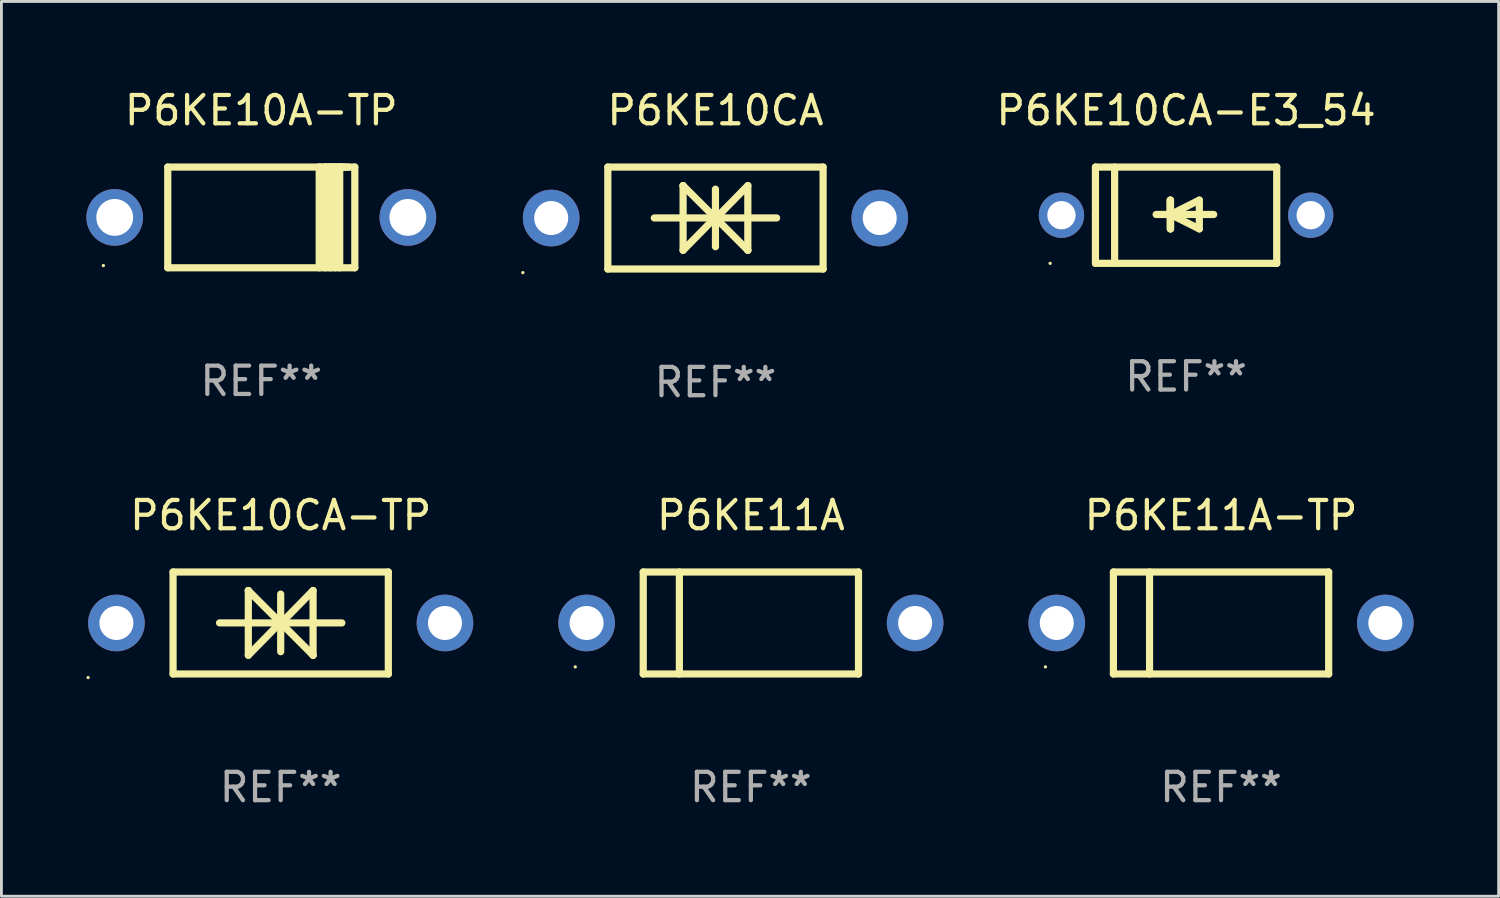
<source format=kicad_pcb>
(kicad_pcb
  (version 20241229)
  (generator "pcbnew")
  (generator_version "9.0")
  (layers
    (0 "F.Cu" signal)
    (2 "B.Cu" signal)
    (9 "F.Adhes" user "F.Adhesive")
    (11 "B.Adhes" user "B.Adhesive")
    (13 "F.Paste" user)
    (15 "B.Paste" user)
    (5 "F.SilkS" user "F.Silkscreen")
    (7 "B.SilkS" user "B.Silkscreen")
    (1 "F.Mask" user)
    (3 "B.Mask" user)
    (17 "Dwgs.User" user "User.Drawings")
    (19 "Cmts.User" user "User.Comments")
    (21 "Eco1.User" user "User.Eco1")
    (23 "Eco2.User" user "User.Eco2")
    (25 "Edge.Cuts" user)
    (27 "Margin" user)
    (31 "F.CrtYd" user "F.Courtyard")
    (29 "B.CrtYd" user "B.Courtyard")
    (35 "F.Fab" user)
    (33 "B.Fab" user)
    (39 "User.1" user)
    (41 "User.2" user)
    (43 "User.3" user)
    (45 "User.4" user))
  (footprint "P6KE10A-TP"
    (layer "F.Cu")
    (at 6.175 4.626)
    (property "Reference" "P6KE10A-TP" (at 0 -3.778 0) (layer "F.SilkS") (effects (font (size 1 1) (thickness 0.15))))
    (attr through_hole)
    (fp_line (start -3.302 -1.778) (end -3.302 1.778) (stroke (width 0.254) (type solid)) (layer "F.SilkS"))
    (fp_line (start -3.302 1.778) (end 3.302 1.778) (stroke (width 0.254) (type solid)) (layer "F.SilkS"))
    (fp_line (start 2.045 -1.778) (end 2.045 1.778) (stroke (width 0.254) (type solid)) (layer "F.SilkS"))
    (fp_line (start 2.261 -1.778) (end 2.261 1.778) (stroke (width 0.254) (type solid)) (layer "F.SilkS"))
    (fp_line (start 2.421 -1.778) (end 2.045 -1.778) (stroke (width 0.254) (type solid)) (layer "F.SilkS"))
    (fp_line (start 2.439 -1.778) (end 2.439 1.778) (stroke (width 0.254) (type solid)) (layer "F.SilkS"))
    (fp_line (start 2.579 -1.778) (end 2.261 -1.778) (stroke (width 0.254) (type solid)) (layer "F.SilkS"))
    (fp_line (start 2.604 -1.778) (end 2.604 1.778) (stroke (width 0.254) (type solid)) (layer "F.SilkS"))
    (fp_line (start 2.757 -1.778) (end 2.439 -1.778) (stroke (width 0.254) (type solid)) (layer "F.SilkS"))
    (fp_line (start 2.769 -1.778) (end 2.769 1.778) (stroke (width 0.254) (type solid)) (layer "F.SilkS"))
    (fp_line (start 2.922 -1.778) (end 2.604 -1.778) (stroke (width 0.254) (type solid)) (layer "F.SilkS"))
    (fp_line (start 3.087 -1.778) (end 2.769 -1.778) (stroke (width 0.254) (type solid)) (layer "F.SilkS"))
    (fp_line (start 3.302 -1.778) (end -3.302 -1.778) (stroke (width 0.254) (type solid)) (layer "F.SilkS"))
    (fp_line (start 3.302 1.778) (end 3.302 -1.778) (stroke (width 0.254) (type solid)) (layer "F.SilkS"))
    (fp_circle (center -5.576 1.7) (end -5.546 1.7) (stroke (width 0.06) (type solid)) (fill no) (layer "F.SilkS"))
    (fp_text user "REF**" (at 0 5.778 0) (layer "F.Fab") (effects (font (size 1 1) (thickness 0.15))))
    (pad "1" thru_hole circle (at -5.175 0) (size 2 2) (drill 1.3) (layers "*.Cu" "*.Mask"))
    (pad "2" thru_hole circle (at 5.175 0) (size 2 2) (drill 1.3) (layers "*.Cu" "*.Mask")))
  (footprint "P6KE10CA-E3_54"
    (layer "F.Cu")
    (at 38.826 4.548)
    (property "Reference" "P6KE10CA-E3_54" (at 0 -3.7 0) (layer "F.SilkS") (effects (font (size 1 1) (thickness 0.15))))
    (attr through_hole)
    (fp_line (start -3.2 -1.7) (end 3.2 -1.7) (stroke (width 0.254) (type solid)) (layer "F.SilkS"))
    (fp_line (start -3.2 0) (end -3.2 -1.7) (stroke (width 0.254) (type solid)) (layer "F.SilkS"))
    (fp_line (start -3.2 1.7) (end -3.2 0) (stroke (width 0.254) (type solid)) (layer "F.SilkS"))
    (fp_line (start -2.523 -1.7) (end -2.523 1.7) (stroke (width 0.254) (type solid)) (layer "F.SilkS"))
    (fp_line (start -0.561 -0.533) (end -0.561 0.483) (stroke (width 0.254) (type solid)) (layer "F.SilkS"))
    (fp_line (start -0.561 -0.025) (end -0.561 -0.533) (stroke (width 0.254) (type solid)) (layer "F.SilkS"))
    (fp_line (start -0.549 -0.025) (end -0.549 0.483) (stroke (width 0.254) (type solid)) (layer "F.SilkS"))
    (fp_line (start -0.549 -0.025) (end 0.467 0.483) (stroke (width 0.254) (type solid)) (layer "F.SilkS"))
    (fp_line (start -0.549 0.483) (end -0.549 -0.533) (stroke (width 0.254) (type solid)) (layer "F.SilkS"))
    (fp_line (start 0.467 -0.533) (end -0.549 -0.025) (stroke (width 0.254) (type solid)) (layer "F.SilkS"))
    (fp_line (start 0.467 0.483) (end 0.467 -0.533) (stroke (width 0.254) (type solid)) (layer "F.SilkS"))
    (fp_line (start 0.975 -0.025) (end -1.057 -0.025) (stroke (width 0.254) (type solid)) (layer "F.SilkS"))
    (fp_line (start 3.2 -1.7) (end 3.2 1.7) (stroke (width 0.254) (type solid)) (layer "F.SilkS"))
    (fp_line (start 3.2 1.7) (end -3.2 1.7) (stroke (width 0.254) (type solid)) (layer "F.SilkS"))
    (fp_circle (center -4.8 1.7) (end -4.77 1.7) (stroke (width 0.06) (type solid)) (fill no) (layer "F.SilkS"))
    (fp_text user "REF**" (at 0 5.7 0) (layer "F.Fab") (effects (font (size 1 1) (thickness 0.15))))
    (pad "1" thru_hole circle (at -4.4 0) (size 1.6 1.6) (drill 1) (layers "*.Cu" "*.Mask"))
    (pad "2" thru_hole circle (at 4.4 0) (size 1.6 1.6) (drill 1) (layers "*.Cu" "*.Mask")))
  (footprint "P6KE10CA-TP"
    (layer "F.Cu")
    (at 6.86 18.945)
    (property "Reference" "P6KE10CA-TP" (at 0 -3.8 0) (layer "F.SilkS") (effects (font (size 1 1) (thickness 0.15))))
    (attr through_hole)
    (fp_line (start -3.8 -1.8) (end -3.8 1.8) (stroke (width 0.254) (type solid)) (layer "F.SilkS"))
    (fp_line (start -3.8 -1.8) (end 3.8 -1.8) (stroke (width 0.254) (type solid)) (layer "F.SilkS"))
    (fp_line (start -3.8 1.8) (end 3.8 1.8) (stroke (width 0.254) (type solid)) (layer "F.SilkS"))
    (fp_line (start -2.159 -0.003) (end 2.159 -0.003) (stroke (width 0.254) (type solid)) (layer "F.SilkS"))
    (fp_line (start -1.143 -1.146) (end -1.143 1.14) (stroke (width 0.254) (type solid)) (layer "F.SilkS"))
    (fp_line (start -1.143 -1.143) (end -1.143 -1.146) (stroke (width 0.254) (type solid)) (layer "F.SilkS"))
    (fp_line (start 0 -1.019) (end 0 1.013) (stroke (width 0.254) (type solid)) (layer "F.SilkS"))
    (fp_line (start 0 -0.026) (end -1.143 1.14) (stroke (width 0.254) (type solid)) (layer "F.SilkS"))
    (fp_line (start 0 -0.006) (end 1.143 1.137) (stroke (width 0.254) (type solid)) (layer "F.SilkS"))
    (fp_line (start 0 0) (end -1.143 -1.143) (stroke (width 0.254) (type solid)) (layer "F.SilkS"))
    (fp_line (start 0 0.02) (end 1.143 -1.146) (stroke (width 0.254) (type solid)) (layer "F.SilkS"))
    (fp_line (start 1.143 1.137) (end 1.143 1.14) (stroke (width 0.254) (type solid)) (layer "F.SilkS"))
    (fp_line (start 1.143 1.14) (end 1.143 -1.146) (stroke (width 0.254) (type solid)) (layer "F.SilkS"))
    (fp_line (start 3.8 -1.8) (end 3.8 1.8) (stroke (width 0.254) (type solid)) (layer "F.SilkS"))
    (fp_circle (center -6.8 1.927) (end -6.77 1.927) (stroke (width 0.06) (type solid)) (fill no) (layer "F.SilkS"))
    (fp_text user "REF**" (at 0 5.8 0) (layer "F.Fab") (effects (font (size 1 1) (thickness 0.15))))
    (pad "1" thru_hole circle (at -5.8 0) (size 2 2) (drill 1.2) (layers "*.Cu" "*.Mask"))
    (pad "2" thru_hole circle (at 5.8 0) (size 2 2) (drill 1.2) (layers "*.Cu" "*.Mask")))
  (footprint "P6KE11A-TP"
    (layer "F.Cu")
    (at 40.06 18.945)
    (property "Reference" "P6KE11A-TP" (at 0 -3.8 0) (layer "F.SilkS") (effects (font (size 1 1) (thickness 0.15))))
    (attr through_hole)
    (fp_line (start -3.8 -1.8) (end -3.8 1.8) (stroke (width 0.254) (type solid)) (layer "F.SilkS"))
    (fp_line (start -3.8 -1.8) (end 3.8 -1.8) (stroke (width 0.254) (type solid)) (layer "F.SilkS"))
    (fp_line (start -3.8 1.8) (end 3.8 1.8) (stroke (width 0.254) (type solid)) (layer "F.SilkS"))
    (fp_line (start -2.524 -1.8) (end -2.524 1.8) (stroke (width 0.254) (type solid)) (layer "F.SilkS"))
    (fp_line (start 3.8 -1.8) (end 3.8 1.8) (stroke (width 0.254) (type solid)) (layer "F.SilkS"))
    (fp_circle (center -6.2 1.55) (end -6.17 1.55) (stroke (width 0.06) (type solid)) (fill no) (layer "F.SilkS"))
    (fp_text user "REF**" (at 0 5.8 0) (layer "F.Fab") (effects (font (size 1 1) (thickness 0.15))))
    (pad "1" thru_hole circle (at -5.8 0) (size 2 2) (drill 1.2) (layers "*.Cu" "*.Mask"))
    (pad "2" thru_hole circle (at 5.8 0) (size 2 2) (drill 1.2) (layers "*.Cu" "*.Mask")))
  (footprint "P6KE10CA"
    (layer "F.Cu")
    (at 22.21 4.648)
    (property "Reference" "P6KE10CA" (at 0 -3.8 0) (layer "F.SilkS") (effects (font (size 1 1) (thickness 0.15))))
    (attr through_hole)
    (fp_line (start -3.8 -1.8) (end -3.8 1.8) (stroke (width 0.254) (type solid)) (layer "F.SilkS"))
    (fp_line (start -3.8 -1.8) (end 3.8 -1.8) (stroke (width 0.254) (type solid)) (layer "F.SilkS"))
    (fp_line (start -3.8 1.8) (end 3.8 1.8) (stroke (width 0.254) (type solid)) (layer "F.SilkS"))
    (fp_line (start -2.159 -0.003) (end 2.159 -0.003) (stroke (width 0.254) (type solid)) (layer "F.SilkS"))
    (fp_line (start -1.143 -1.146) (end -1.143 1.14) (stroke (width 0.254) (type solid)) (layer "F.SilkS"))
    (fp_line (start -1.143 -1.143) (end -1.143 -1.146) (stroke (width 0.254) (type solid)) (layer "F.SilkS"))
    (fp_line (start 0 -1.019) (end 0 1.013) (stroke (width 0.254) (type solid)) (layer "F.SilkS"))
    (fp_line (start 0 -0.026) (end -1.143 1.14) (stroke (width 0.254) (type solid)) (layer "F.SilkS"))
    (fp_line (start 0 -0.006) (end 1.143 1.137) (stroke (width 0.254) (type solid)) (layer "F.SilkS"))
    (fp_line (start 0 0) (end -1.143 -1.143) (stroke (width 0.254) (type solid)) (layer "F.SilkS"))
    (fp_line (start 0 0.02) (end 1.143 -1.146) (stroke (width 0.254) (type solid)) (layer "F.SilkS"))
    (fp_line (start 1.143 1.137) (end 1.143 1.14) (stroke (width 0.254) (type solid)) (layer "F.SilkS"))
    (fp_line (start 1.143 1.14) (end 1.143 -1.146) (stroke (width 0.254) (type solid)) (layer "F.SilkS"))
    (fp_line (start 3.8 -1.8) (end 3.8 1.8) (stroke (width 0.254) (type solid)) (layer "F.SilkS"))
    (fp_circle (center -6.8 1.927) (end -6.77 1.927) (stroke (width 0.06) (type solid)) (fill no) (layer "F.SilkS"))
    (fp_text user "REF**" (at 0 5.8 0) (layer "F.Fab") (effects (font (size 1 1) (thickness 0.15))))
    (pad "1" thru_hole circle (at -5.8 0) (size 2 2) (drill 1.2) (layers "*.Cu" "*.Mask"))
    (pad "2" thru_hole circle (at 5.8 0) (size 2 2) (drill 1.2) (layers "*.Cu" "*.Mask")))
  (footprint "P6KE11A"
    (layer "F.Cu")
    (at 23.46 18.945)
    (property "Reference" "P6KE11A" (at 0 -3.8 0) (layer "F.SilkS") (effects (font (size 1 1) (thickness 0.15))))
    (attr through_hole)
    (fp_line (start -3.8 -1.8) (end -3.8 1.8) (stroke (width 0.254) (type solid)) (layer "F.SilkS"))
    (fp_line (start -3.8 -1.8) (end 3.8 -1.8) (stroke (width 0.254) (type solid)) (layer "F.SilkS"))
    (fp_line (start -3.8 1.8) (end 3.8 1.8) (stroke (width 0.254) (type solid)) (layer "F.SilkS"))
    (fp_line (start -2.524 -1.8) (end -2.524 1.8) (stroke (width 0.254) (type solid)) (layer "F.SilkS"))
    (fp_line (start 3.8 -1.8) (end 3.8 1.8) (stroke (width 0.254) (type solid)) (layer "F.SilkS"))
    (fp_circle (center -6.2 1.55) (end -6.17 1.55) (stroke (width 0.06) (type solid)) (fill no) (layer "F.SilkS"))
    (fp_text user "REF**" (at 0 5.8 0) (layer "F.Fab") (effects (font (size 1 1) (thickness 0.15))))
    (pad "1" thru_hole circle (at -5.8 0) (size 2 2) (drill 1.2) (layers "*.Cu" "*.Mask"))
    (pad "2" thru_hole circle (at 5.8 0) (size 2 2) (drill 1.2) (layers "*.Cu" "*.Mask")))
  (gr_rect
    (start -3 -3)
    (end 49.861 28.593)
    (stroke (width 0.1) (type default))
    (fill no)
    (layer "Edge.Cuts")))
</source>
